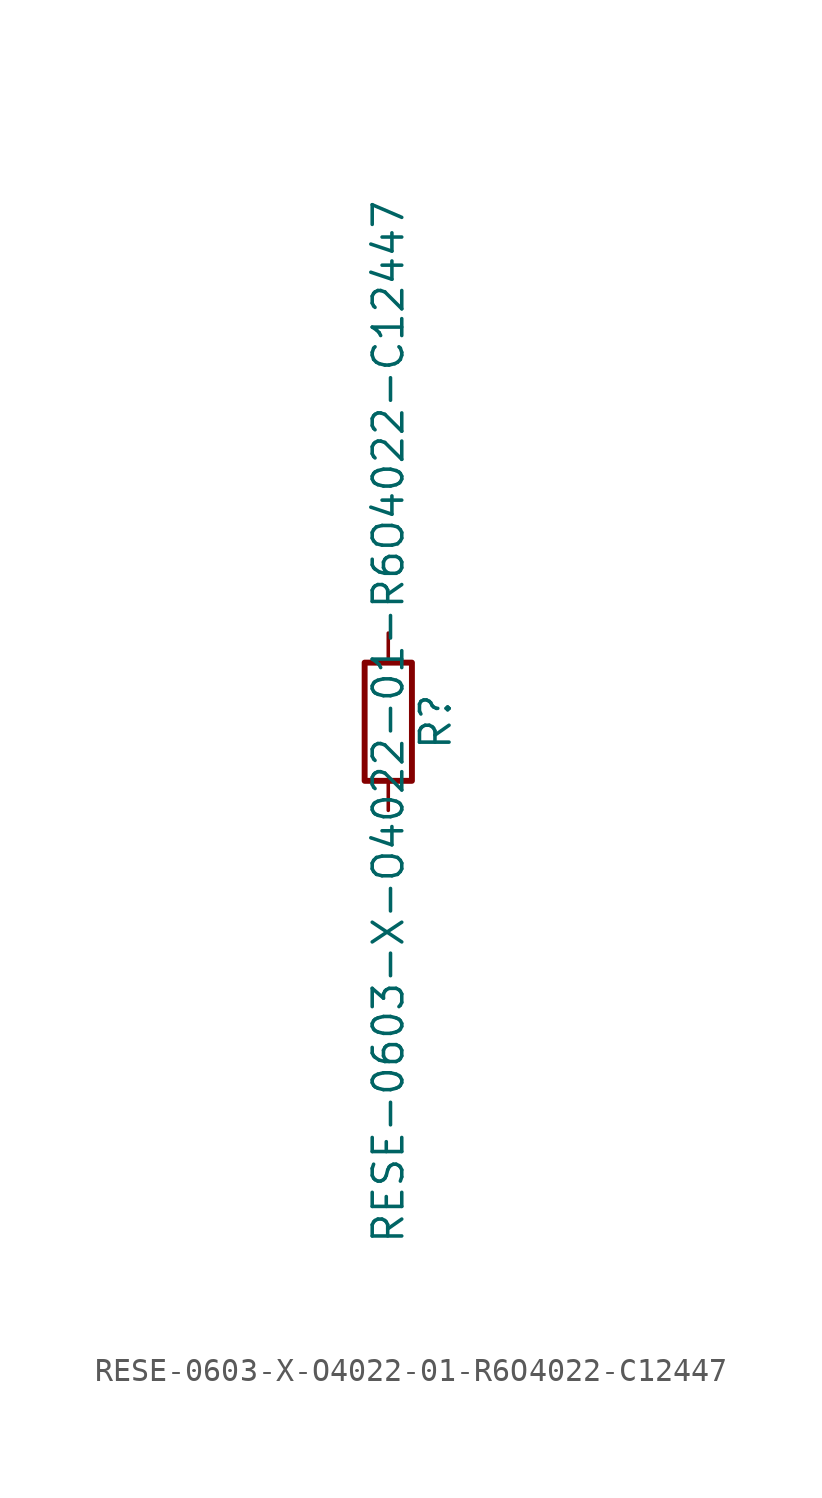
<source format=kicad_sym>
(kicad_symbol_lib
  (version 20211014)
  (generator kicad_symbol_editor)
  (symbol "RESE-0603-X-O4022-01-R6O4022-C12447"
    (pin_numbers hide)
    (pin_names
      (offset 0))
    (property "Reference" "R"
      (at 2.032 0 90)
      (effects (font (size 1.27 1.27))))
    (property "Value" "RESE-0603-X-O4022-01-R6O4022-C12447"
      (at 0 0 90)
      (effects (font (size 1.27 1.27))))
    (symbol "RESE-0603-X-O4022-01-R6O4022-C12447_0_1"
      (rectangle (start -1.016 -2.54) (end 1.016 2.54) (stroke (width 0.254) (type default) (color 0 0 0 0)) (fill (type none))))
    (symbol "RESE-0603-X-O4022-01-R6O4022-C12447_1_1"
      (pin passive line (at 0 3.81 270) (length 1.27) (name "~" (effects (font (size 1.27 1.27)))) (number "1" (effects (font (size 1.27 1.27)))))
      (pin passive line (at 0 -3.81 90) (length 1.27) (name "~" (effects (font (size 1.27 1.27)))) (number "2" (effects (font (size 1.27 1.27))))))))
</source>
